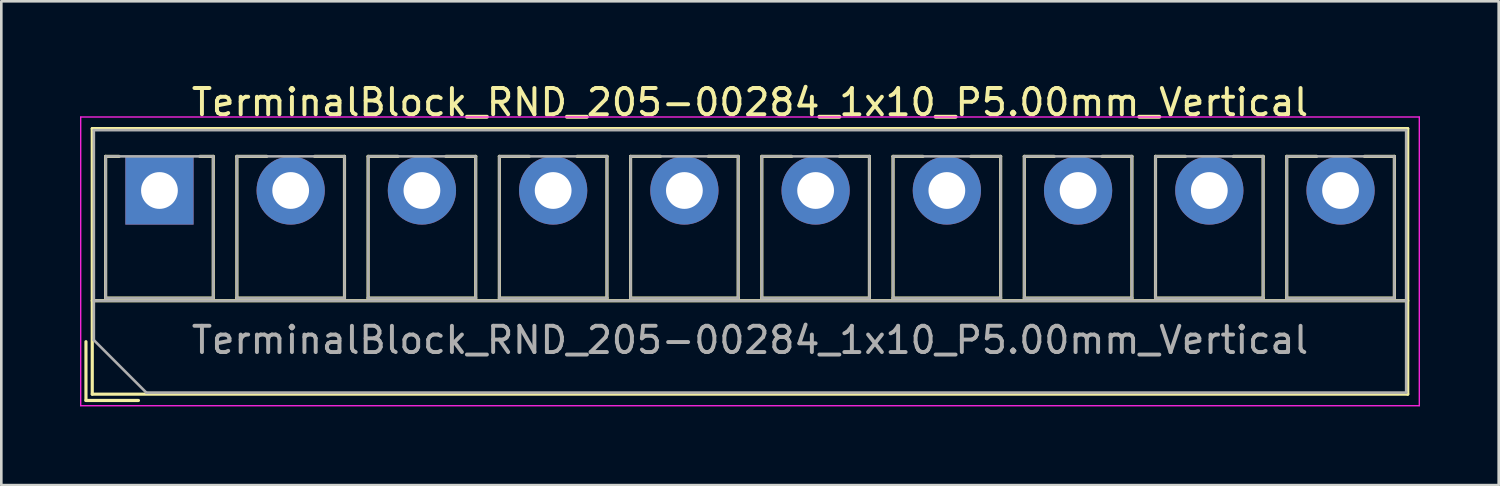
<source format=kicad_pcb>
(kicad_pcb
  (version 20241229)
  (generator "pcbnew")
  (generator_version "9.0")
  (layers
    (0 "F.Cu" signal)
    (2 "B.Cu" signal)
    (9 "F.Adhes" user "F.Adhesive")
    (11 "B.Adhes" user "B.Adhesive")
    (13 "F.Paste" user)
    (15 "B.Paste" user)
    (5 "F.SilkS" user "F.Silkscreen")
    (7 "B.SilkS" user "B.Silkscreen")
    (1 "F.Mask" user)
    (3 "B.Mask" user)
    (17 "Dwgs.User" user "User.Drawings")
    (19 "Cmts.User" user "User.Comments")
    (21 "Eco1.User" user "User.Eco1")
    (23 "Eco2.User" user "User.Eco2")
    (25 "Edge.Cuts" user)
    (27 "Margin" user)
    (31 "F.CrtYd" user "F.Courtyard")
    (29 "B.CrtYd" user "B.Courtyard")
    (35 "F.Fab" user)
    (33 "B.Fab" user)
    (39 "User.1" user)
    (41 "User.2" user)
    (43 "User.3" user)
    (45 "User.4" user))
  (footprint "TerminalBlock_RND_205-00284_1x10_P5.00mm_Vertical"
    (layer "F.Cu")
    (at 3.025 4.208)
    (property "Reference" "TerminalBlock_RND_205-00284_1x10_P5.00mm_Vertical" (at 22.5 -3.36 0) (layer "F.SilkS") (effects (font (size 1 1) (thickness 0.15))))
    (attr through_hole)
    (fp_line (start -2.8 5.76) (end -2.8 8) (stroke (width 0.12) (type solid)) (layer "F.SilkS"))
    (fp_line (start -2.8 8) (end -0.8 8) (stroke (width 0.12) (type solid)) (layer "F.SilkS"))
    (fp_line (start -2.56 -2.36) (end -2.56 7.76) (stroke (width 0.12) (type solid)) (layer "F.SilkS"))
    (fp_line (start -2.56 -2.36) (end 47.56 -2.36) (stroke (width 0.12) (type solid)) (layer "F.SilkS"))
    (fp_line (start -2.56 4.2) (end 47.56 4.2) (stroke (width 0.12) (type solid)) (layer "F.SilkS"))
    (fp_line (start -2.56 7.76) (end 47.56 7.76) (stroke (width 0.12) (type solid)) (layer "F.SilkS"))
    (fp_line (start -2.05 -1.3) (end -2.05 4.1) (stroke (width 0.12) (type solid)) (layer "F.SilkS"))
    (fp_line (start -2.05 -1.3) (end -1.54 -1.3) (stroke (width 0.12) (type solid)) (layer "F.SilkS"))
    (fp_line (start -2.05 4.1) (end 2.05 4.1) (stroke (width 0.12) (type solid)) (layer "F.SilkS"))
    (fp_line (start 1.54 -1.3) (end 2.05 -1.3) (stroke (width 0.12) (type solid)) (layer "F.SilkS"))
    (fp_line (start 2.05 -1.3) (end 2.05 4.1) (stroke (width 0.12) (type solid)) (layer "F.SilkS"))
    (fp_line (start 2.95 -1.3) (end 2.95 4.1) (stroke (width 0.12) (type solid)) (layer "F.SilkS"))
    (fp_line (start 2.95 -1.3) (end 4.088 -1.3) (stroke (width 0.12) (type solid)) (layer "F.SilkS"))
    (fp_line (start 2.95 4.1) (end 7.05 4.1) (stroke (width 0.12) (type solid)) (layer "F.SilkS"))
    (fp_line (start 5.913 -1.3) (end 7.05 -1.3) (stroke (width 0.12) (type solid)) (layer "F.SilkS"))
    (fp_line (start 7.05 -1.3) (end 7.05 4.1) (stroke (width 0.12) (type solid)) (layer "F.SilkS"))
    (fp_line (start 7.95 -1.3) (end 7.95 4.1) (stroke (width 0.12) (type solid)) (layer "F.SilkS"))
    (fp_line (start 7.95 -1.3) (end 9.088 -1.3) (stroke (width 0.12) (type solid)) (layer "F.SilkS"))
    (fp_line (start 7.95 4.1) (end 12.05 4.1) (stroke (width 0.12) (type solid)) (layer "F.SilkS"))
    (fp_line (start 10.913 -1.3) (end 12.05 -1.3) (stroke (width 0.12) (type solid)) (layer "F.SilkS"))
    (fp_line (start 12.05 -1.3) (end 12.05 4.1) (stroke (width 0.12) (type solid)) (layer "F.SilkS"))
    (fp_line (start 12.95 -1.3) (end 12.95 4.1) (stroke (width 0.12) (type solid)) (layer "F.SilkS"))
    (fp_line (start 12.95 -1.3) (end 14.088 -1.3) (stroke (width 0.12) (type solid)) (layer "F.SilkS"))
    (fp_line (start 12.95 4.1) (end 17.05 4.1) (stroke (width 0.12) (type solid)) (layer "F.SilkS"))
    (fp_line (start 15.913 -1.3) (end 17.05 -1.3) (stroke (width 0.12) (type solid)) (layer "F.SilkS"))
    (fp_line (start 17.05 -1.3) (end 17.05 4.1) (stroke (width 0.12) (type solid)) (layer "F.SilkS"))
    (fp_line (start 17.95 -1.3) (end 17.95 4.1) (stroke (width 0.12) (type solid)) (layer "F.SilkS"))
    (fp_line (start 17.95 -1.3) (end 19.088 -1.3) (stroke (width 0.12) (type solid)) (layer "F.SilkS"))
    (fp_line (start 17.95 4.1) (end 22.05 4.1) (stroke (width 0.12) (type solid)) (layer "F.SilkS"))
    (fp_line (start 20.913 -1.3) (end 22.05 -1.3) (stroke (width 0.12) (type solid)) (layer "F.SilkS"))
    (fp_line (start 22.05 -1.3) (end 22.05 4.1) (stroke (width 0.12) (type solid)) (layer "F.SilkS"))
    (fp_line (start 22.95 -1.3) (end 22.95 4.1) (stroke (width 0.12) (type solid)) (layer "F.SilkS"))
    (fp_line (start 22.95 -1.3) (end 24.088 -1.3) (stroke (width 0.12) (type solid)) (layer "F.SilkS"))
    (fp_line (start 22.95 4.1) (end 27.05 4.1) (stroke (width 0.12) (type solid)) (layer "F.SilkS"))
    (fp_line (start 25.913 -1.3) (end 27.05 -1.3) (stroke (width 0.12) (type solid)) (layer "F.SilkS"))
    (fp_line (start 27.05 -1.3) (end 27.05 4.1) (stroke (width 0.12) (type solid)) (layer "F.SilkS"))
    (fp_line (start 27.95 -1.3) (end 27.95 4.1) (stroke (width 0.12) (type solid)) (layer "F.SilkS"))
    (fp_line (start 27.95 -1.3) (end 29.088 -1.3) (stroke (width 0.12) (type solid)) (layer "F.SilkS"))
    (fp_line (start 27.95 4.1) (end 32.05 4.1) (stroke (width 0.12) (type solid)) (layer "F.SilkS"))
    (fp_line (start 30.913 -1.3) (end 32.05 -1.3) (stroke (width 0.12) (type solid)) (layer "F.SilkS"))
    (fp_line (start 32.05 -1.3) (end 32.05 4.1) (stroke (width 0.12) (type solid)) (layer "F.SilkS"))
    (fp_line (start 32.95 -1.3) (end 32.95 4.1) (stroke (width 0.12) (type solid)) (layer "F.SilkS"))
    (fp_line (start 32.95 -1.3) (end 34.088 -1.3) (stroke (width 0.12) (type solid)) (layer "F.SilkS"))
    (fp_line (start 32.95 4.1) (end 37.05 4.1) (stroke (width 0.12) (type solid)) (layer "F.SilkS"))
    (fp_line (start 35.913 -1.3) (end 37.05 -1.3) (stroke (width 0.12) (type solid)) (layer "F.SilkS"))
    (fp_line (start 37.05 -1.3) (end 37.05 4.1) (stroke (width 0.12) (type solid)) (layer "F.SilkS"))
    (fp_line (start 37.95 -1.3) (end 37.95 4.1) (stroke (width 0.12) (type solid)) (layer "F.SilkS"))
    (fp_line (start 37.95 -1.3) (end 39.088 -1.3) (stroke (width 0.12) (type solid)) (layer "F.SilkS"))
    (fp_line (start 37.95 4.1) (end 42.05 4.1) (stroke (width 0.12) (type solid)) (layer "F.SilkS"))
    (fp_line (start 40.913 -1.3) (end 42.05 -1.3) (stroke (width 0.12) (type solid)) (layer "F.SilkS"))
    (fp_line (start 42.05 -1.3) (end 42.05 4.1) (stroke (width 0.12) (type solid)) (layer "F.SilkS"))
    (fp_line (start 42.95 -1.3) (end 42.95 4.1) (stroke (width 0.12) (type solid)) (layer "F.SilkS"))
    (fp_line (start 42.95 -1.3) (end 44.088 -1.3) (stroke (width 0.12) (type solid)) (layer "F.SilkS"))
    (fp_line (start 42.95 4.1) (end 47.05 4.1) (stroke (width 0.12) (type solid)) (layer "F.SilkS"))
    (fp_line (start 45.913 -1.3) (end 47.05 -1.3) (stroke (width 0.12) (type solid)) (layer "F.SilkS"))
    (fp_line (start 47.05 -1.3) (end 47.05 4.1) (stroke (width 0.12) (type solid)) (layer "F.SilkS"))
    (fp_line (start 47.56 -2.36) (end 47.56 7.76) (stroke (width 0.12) (type solid)) (layer "F.SilkS"))
    (fp_line (start -3 -2.8) (end -3 8.2) (stroke (width 0.05) (type solid)) (layer "F.CrtYd"))
    (fp_line (start -3 8.2) (end 48 8.2) (stroke (width 0.05) (type solid)) (layer "F.CrtYd"))
    (fp_line (start 48 -2.8) (end -3 -2.8) (stroke (width 0.05) (type solid)) (layer "F.CrtYd"))
    (fp_line (start 48 8.2) (end 48 -2.8) (stroke (width 0.05) (type solid)) (layer "F.CrtYd"))
    (fp_line (start -2.5 -2.3) (end 47.5 -2.3) (stroke (width 0.1) (type solid)) (layer "F.Fab"))
    (fp_line (start -2.5 4.2) (end 47.5 4.2) (stroke (width 0.1) (type solid)) (layer "F.Fab"))
    (fp_line (start -2.5 5.7) (end -2.5 -2.3) (stroke (width 0.1) (type solid)) (layer "F.Fab"))
    (fp_line (start -2.05 -1.3) (end -2.05 4.1) (stroke (width 0.1) (type solid)) (layer "F.Fab"))
    (fp_line (start -2.05 4.1) (end 2.05 4.1) (stroke (width 0.1) (type solid)) (layer "F.Fab"))
    (fp_line (start -0.5 7.7) (end -2.5 5.7) (stroke (width 0.1) (type solid)) (layer "F.Fab"))
    (fp_line (start 2.05 -1.3) (end -2.05 -1.3) (stroke (width 0.1) (type solid)) (layer "F.Fab"))
    (fp_line (start 2.05 4.1) (end 2.05 -1.3) (stroke (width 0.1) (type solid)) (layer "F.Fab"))
    (fp_line (start 2.95 -1.3) (end 2.95 4.1) (stroke (width 0.1) (type solid)) (layer "F.Fab"))
    (fp_line (start 2.95 4.1) (end 7.05 4.1) (stroke (width 0.1) (type solid)) (layer "F.Fab"))
    (fp_line (start 7.05 -1.3) (end 2.95 -1.3) (stroke (width 0.1) (type solid)) (layer "F.Fab"))
    (fp_line (start 7.05 4.1) (end 7.05 -1.3) (stroke (width 0.1) (type solid)) (layer "F.Fab"))
    (fp_line (start 7.95 -1.3) (end 7.95 4.1) (stroke (width 0.1) (type solid)) (layer "F.Fab"))
    (fp_line (start 7.95 4.1) (end 12.05 4.1) (stroke (width 0.1) (type solid)) (layer "F.Fab"))
    (fp_line (start 12.05 -1.3) (end 7.95 -1.3) (stroke (width 0.1) (type solid)) (layer "F.Fab"))
    (fp_line (start 12.05 4.1) (end 12.05 -1.3) (stroke (width 0.1) (type solid)) (layer "F.Fab"))
    (fp_line (start 12.95 -1.3) (end 12.95 4.1) (stroke (width 0.1) (type solid)) (layer "F.Fab"))
    (fp_line (start 12.95 4.1) (end 17.05 4.1) (stroke (width 0.1) (type solid)) (layer "F.Fab"))
    (fp_line (start 17.05 -1.3) (end 12.95 -1.3) (stroke (width 0.1) (type solid)) (layer "F.Fab"))
    (fp_line (start 17.05 4.1) (end 17.05 -1.3) (stroke (width 0.1) (type solid)) (layer "F.Fab"))
    (fp_line (start 17.95 -1.3) (end 17.95 4.1) (stroke (width 0.1) (type solid)) (layer "F.Fab"))
    (fp_line (start 17.95 4.1) (end 22.05 4.1) (stroke (width 0.1) (type solid)) (layer "F.Fab"))
    (fp_line (start 22.05 -1.3) (end 17.95 -1.3) (stroke (width 0.1) (type solid)) (layer "F.Fab"))
    (fp_line (start 22.05 4.1) (end 22.05 -1.3) (stroke (width 0.1) (type solid)) (layer "F.Fab"))
    (fp_line (start 22.95 -1.3) (end 22.95 4.1) (stroke (width 0.1) (type solid)) (layer "F.Fab"))
    (fp_line (start 22.95 4.1) (end 27.05 4.1) (stroke (width 0.1) (type solid)) (layer "F.Fab"))
    (fp_line (start 27.05 -1.3) (end 22.95 -1.3) (stroke (width 0.1) (type solid)) (layer "F.Fab"))
    (fp_line (start 27.05 4.1) (end 27.05 -1.3) (stroke (width 0.1) (type solid)) (layer "F.Fab"))
    (fp_line (start 27.95 -1.3) (end 27.95 4.1) (stroke (width 0.1) (type solid)) (layer "F.Fab"))
    (fp_line (start 27.95 4.1) (end 32.05 4.1) (stroke (width 0.1) (type solid)) (layer "F.Fab"))
    (fp_line (start 32.05 -1.3) (end 27.95 -1.3) (stroke (width 0.1) (type solid)) (layer "F.Fab"))
    (fp_line (start 32.05 4.1) (end 32.05 -1.3) (stroke (width 0.1) (type solid)) (layer "F.Fab"))
    (fp_line (start 32.95 -1.3) (end 32.95 4.1) (stroke (width 0.1) (type solid)) (layer "F.Fab"))
    (fp_line (start 32.95 4.1) (end 37.05 4.1) (stroke (width 0.1) (type solid)) (layer "F.Fab"))
    (fp_line (start 37.05 -1.3) (end 32.95 -1.3) (stroke (width 0.1) (type solid)) (layer "F.Fab"))
    (fp_line (start 37.05 4.1) (end 37.05 -1.3) (stroke (width 0.1) (type solid)) (layer "F.Fab"))
    (fp_line (start 37.95 -1.3) (end 37.95 4.1) (stroke (width 0.1) (type solid)) (layer "F.Fab"))
    (fp_line (start 37.95 4.1) (end 42.05 4.1) (stroke (width 0.1) (type solid)) (layer "F.Fab"))
    (fp_line (start 42.05 -1.3) (end 37.95 -1.3) (stroke (width 0.1) (type solid)) (layer "F.Fab"))
    (fp_line (start 42.05 4.1) (end 42.05 -1.3) (stroke (width 0.1) (type solid)) (layer "F.Fab"))
    (fp_line (start 42.95 -1.3) (end 42.95 4.1) (stroke (width 0.1) (type solid)) (layer "F.Fab"))
    (fp_line (start 42.95 4.1) (end 47.05 4.1) (stroke (width 0.1) (type solid)) (layer "F.Fab"))
    (fp_line (start 47.05 -1.3) (end 42.95 -1.3) (stroke (width 0.1) (type solid)) (layer "F.Fab"))
    (fp_line (start 47.05 4.1) (end 47.05 -1.3) (stroke (width 0.1) (type solid)) (layer "F.Fab"))
    (fp_line (start 47.5 -2.3) (end 47.5 7.7) (stroke (width 0.1) (type solid)) (layer "F.Fab"))
    (fp_line (start 47.5 7.7) (end -0.5 7.7) (stroke (width 0.1) (type solid)) (layer "F.Fab"))
    (fp_text user "${REFERENCE}" (at 22.5 5.7 0) (layer "F.Fab") (effects (font (size 1 1) (thickness 0.15))))
    (pad "1" thru_hole rect (at 0 0) (size 2.6 2.6) (drill 1.4) (layers "*.Cu" "*.Mask"))
    (pad "2" thru_hole circle (at 5 0) (size 2.6 2.6) (drill 1.4) (layers "*.Cu" "*.Mask"))
    (pad "3" thru_hole circle (at 10 0) (size 2.6 2.6) (drill 1.4) (layers "*.Cu" "*.Mask"))
    (pad "4" thru_hole circle (at 15 0) (size 2.6 2.6) (drill 1.4) (layers "*.Cu" "*.Mask"))
    (pad "5" thru_hole circle (at 20 0) (size 2.6 2.6) (drill 1.4) (layers "*.Cu" "*.Mask"))
    (pad "6" thru_hole circle (at 25 0) (size 2.6 2.6) (drill 1.4) (layers "*.Cu" "*.Mask"))
    (pad "7" thru_hole circle (at 30 0) (size 2.6 2.6) (drill 1.4) (layers "*.Cu" "*.Mask"))
    (pad "8" thru_hole circle (at 35 0) (size 2.6 2.6) (drill 1.4) (layers "*.Cu" "*.Mask"))
    (pad "9" thru_hole circle (at 40 0) (size 2.6 2.6) (drill 1.4) (layers "*.Cu" "*.Mask"))
    (pad "10" thru_hole circle (at 45 0) (size 2.6 2.6) (drill 1.4) (layers "*.Cu" "*.Mask")))
  (gr_rect
    (start -3 -3)
    (end 54.05 15.433)
    (stroke (width 0.1) (type default))
    (fill no)
    (layer "Edge.Cuts")))
</source>
